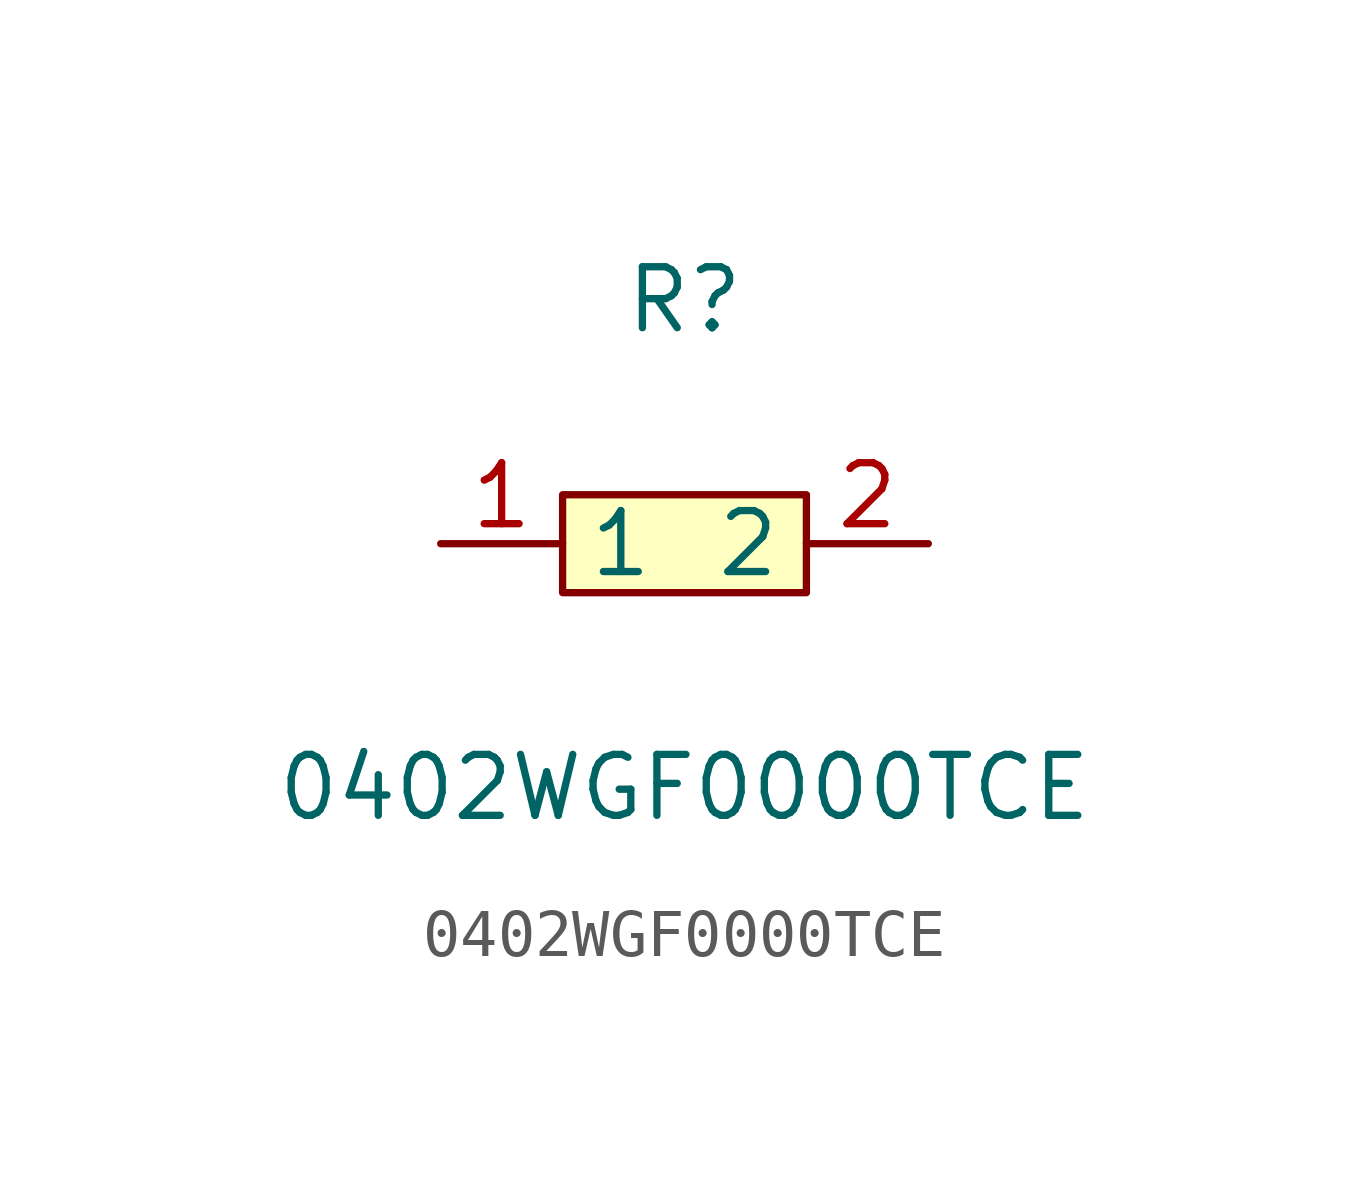
<source format=kicad_sym>
(kicad_symbol_lib
  (version 20211014)
  (generator https://github.com/uPesy/easyeda2kicad.py)
  (symbol "0402WGF0000TCE"
    (property "Reference" "R"
      (at 0 5.08 0)
      (effects (font (size 1.27 1.27))))
    (property "Value" "0402WGF0000TCE"
      (at 0 -5.08 0)
      (effects (font (size 1.27 1.27))))
    (symbol "0402WGF0000TCE_0_1"
      (rectangle (start -2.54 1.02) (end 2.54 -1.02) (stroke (width 0) (type default) (color 0 0 0 0)) (fill (type background)))
      (pin input line (at 5.08 -0.00 180) (length 2.54) (name "2" (effects (font (size 1.27 1.27)))) (number "2" (effects (font (size 1.27 1.27)))))
      (pin input line (at -5.08 -0.00 0) (length 2.54) (name "1" (effects (font (size 1.27 1.27)))) (number "1" (effects (font (size 1.27 1.27))))))))
</source>
